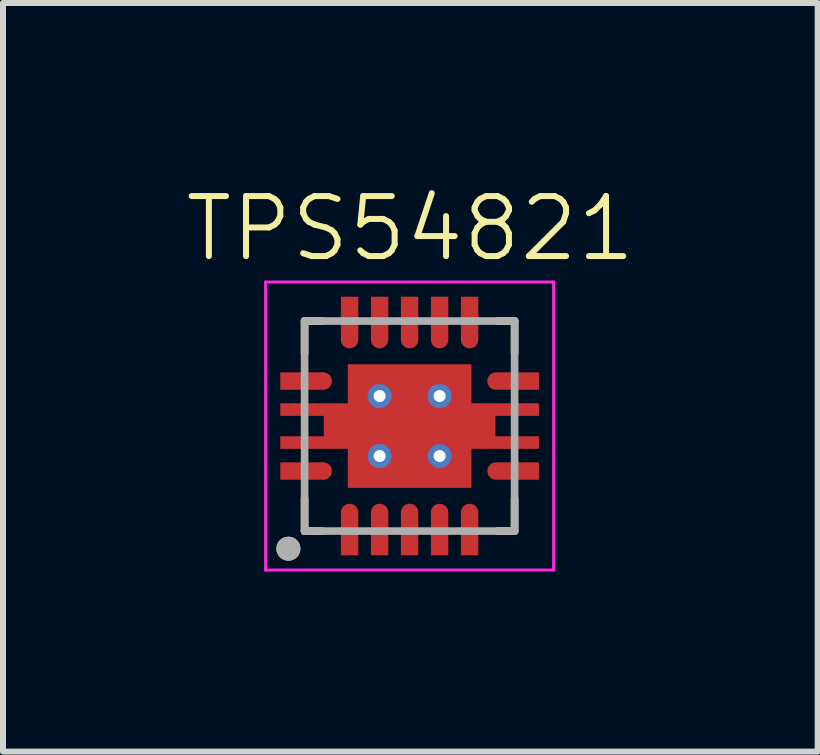
<source format=kicad_pcb>
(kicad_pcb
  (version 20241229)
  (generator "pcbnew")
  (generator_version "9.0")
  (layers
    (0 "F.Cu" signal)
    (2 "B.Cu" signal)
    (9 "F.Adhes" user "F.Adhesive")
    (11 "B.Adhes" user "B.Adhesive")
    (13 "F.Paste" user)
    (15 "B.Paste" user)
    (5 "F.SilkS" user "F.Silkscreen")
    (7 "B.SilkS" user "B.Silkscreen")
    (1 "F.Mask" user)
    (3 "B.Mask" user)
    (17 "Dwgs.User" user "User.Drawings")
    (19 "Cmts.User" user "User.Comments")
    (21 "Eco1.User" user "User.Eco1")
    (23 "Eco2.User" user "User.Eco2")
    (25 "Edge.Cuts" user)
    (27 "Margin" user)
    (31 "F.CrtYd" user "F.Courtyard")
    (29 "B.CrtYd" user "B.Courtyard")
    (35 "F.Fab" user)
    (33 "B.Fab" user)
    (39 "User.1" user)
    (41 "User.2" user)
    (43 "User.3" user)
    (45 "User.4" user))
  (footprint "TPS54821"
    (layer "F.Cu")
    (at 3.788 4.062)
    (property "Reference" "TPS54821" (at 0 -3.302 0) (unlocked yes) (layer "F.SilkS") (effects (font (size 1 1) (thickness 0.1))))
    (attr smd)
    (fp_poly (pts (xy -1.107 -1.107) (xy -1.107 -0.457) (xy -2.232 -0.457) (xy -2.232 -0.117) (xy -1.507 -0.117) (xy -1.507 0.093) (xy -2.232 0.093) (xy -2.232 0.433) (xy -1.107 0.433) (xy -1.107 1.083) (xy 1.083 1.083) (xy 1.083 0.433) (xy 2.208 0.433) (xy 2.208 0.093) (xy 1.483 0.093) (xy 1.483 -0.117) (xy 2.208 -0.117) (xy 2.208 -0.457) (xy 1.083 -0.457) (xy 1.083 -1.107)) (stroke (width 0.01) (type solid)) (fill yes) (layer "F.Mask"))
    (fp_poly (pts (xy -2.232 -0.972) (xy -1.452 -0.972) (xy -1.441 -0.972) (xy -1.43 -0.971) (xy -1.419 -0.969) (xy -1.408 -0.967) (xy -1.398 -0.965) (xy -1.387 -0.962) (xy -1.377 -0.958) (xy -1.367 -0.954) (xy -1.357 -0.949) (xy -1.347 -0.944) (xy -1.338 -0.938) (xy -1.329 -0.932) (xy -1.32 -0.925) (xy -1.311 -0.918) (xy -1.304 -0.91) (xy -1.296 -0.903) (xy -1.289 -0.894) (xy -1.282 -0.885) (xy -1.276 -0.876) (xy -1.27 -0.867) (xy -1.265 -0.857) (xy -1.26 -0.847) (xy -1.256 -0.837) (xy -1.252 -0.827) (xy -1.249 -0.816) (xy -1.247 -0.806) (xy -1.245 -0.795) (xy -1.243 -0.784) (xy -1.242 -0.773) (xy -1.242 -0.762) (xy -1.242 -0.751) (xy -1.243 -0.74) (xy -1.245 -0.729) (xy -1.247 -0.718) (xy -1.249 -0.708) (xy -1.252 -0.697) (xy -1.256 -0.687) (xy -1.26 -0.677) (xy -1.265 -0.667) (xy -1.27 -0.657) (xy -1.276 -0.648) (xy -1.282 -0.639) (xy -1.289 -0.63) (xy -1.296 -0.621) (xy -1.304 -0.614) (xy -1.311 -0.606) (xy -1.32 -0.599) (xy -1.329 -0.592) (xy -1.338 -0.586) (xy -1.347 -0.58) (xy -1.357 -0.575) (xy -1.367 -0.57) (xy -1.377 -0.566) (xy -1.387 -0.562) (xy -1.398 -0.559) (xy -1.408 -0.557) (xy -1.419 -0.555) (xy -1.43 -0.553) (xy -1.441 -0.552) (xy -1.452 -0.552) (xy -2.232 -0.552) (xy -2.232 -0.972)) (stroke (width 0.01) (type solid)) (fill yes) (layer "F.Mask"))
    (fp_poly (pts (xy -2.232 0.528) (xy -1.452 0.528) (xy -1.441 0.528) (xy -1.43 0.529) (xy -1.419 0.531) (xy -1.408 0.533) (xy -1.398 0.535) (xy -1.387 0.538) (xy -1.377 0.542) (xy -1.367 0.546) (xy -1.357 0.551) (xy -1.347 0.556) (xy -1.338 0.562) (xy -1.329 0.568) (xy -1.32 0.575) (xy -1.311 0.582) (xy -1.304 0.59) (xy -1.296 0.597) (xy -1.289 0.606) (xy -1.282 0.615) (xy -1.276 0.624) (xy -1.27 0.633) (xy -1.265 0.643) (xy -1.26 0.653) (xy -1.256 0.663) (xy -1.252 0.673) (xy -1.249 0.684) (xy -1.247 0.694) (xy -1.245 0.705) (xy -1.243 0.716) (xy -1.242 0.727) (xy -1.242 0.738) (xy -1.242 0.749) (xy -1.243 0.76) (xy -1.245 0.771) (xy -1.247 0.782) (xy -1.249 0.792) (xy -1.252 0.803) (xy -1.256 0.813) (xy -1.26 0.823) (xy -1.265 0.833) (xy -1.27 0.843) (xy -1.276 0.852) (xy -1.282 0.861) (xy -1.289 0.87) (xy -1.296 0.879) (xy -1.304 0.886) (xy -1.311 0.894) (xy -1.32 0.901) (xy -1.329 0.908) (xy -1.338 0.914) (xy -1.347 0.92) (xy -1.357 0.925) (xy -1.367 0.93) (xy -1.377 0.934) (xy -1.387 0.938) (xy -1.398 0.941) (xy -1.408 0.943) (xy -1.419 0.945) (xy -1.43 0.947) (xy -1.441 0.948) (xy -1.452 0.948) (xy -2.232 0.948) (xy -2.232 0.528)) (stroke (width 0.01) (type solid)) (fill yes) (layer "F.Mask"))
    (fp_poly (pts (xy -1.222 2.208) (xy -1.222 1.428) (xy -1.222 1.417) (xy -1.221 1.406) (xy -1.219 1.395) (xy -1.217 1.384) (xy -1.215 1.374) (xy -1.212 1.363) (xy -1.208 1.353) (xy -1.204 1.343) (xy -1.199 1.333) (xy -1.194 1.323) (xy -1.188 1.314) (xy -1.182 1.305) (xy -1.175 1.296) (xy -1.168 1.287) (xy -1.16 1.28) (xy -1.153 1.272) (xy -1.144 1.265) (xy -1.135 1.258) (xy -1.126 1.252) (xy -1.117 1.246) (xy -1.107 1.241) (xy -1.097 1.236) (xy -1.087 1.232) (xy -1.077 1.228) (xy -1.066 1.225) (xy -1.056 1.223) (xy -1.045 1.221) (xy -1.034 1.219) (xy -1.023 1.218) (xy -1.012 1.218) (xy -1.001 1.218) (xy -0.99 1.219) (xy -0.979 1.221) (xy -0.968 1.223) (xy -0.958 1.225) (xy -0.947 1.228) (xy -0.937 1.232) (xy -0.927 1.236) (xy -0.917 1.241) (xy -0.907 1.246) (xy -0.898 1.252) (xy -0.889 1.258) (xy -0.88 1.265) (xy -0.871 1.272) (xy -0.864 1.28) (xy -0.856 1.287) (xy -0.849 1.296) (xy -0.842 1.305) (xy -0.836 1.314) (xy -0.83 1.323) (xy -0.825 1.333) (xy -0.82 1.343) (xy -0.816 1.353) (xy -0.812 1.363) (xy -0.809 1.374) (xy -0.807 1.384) (xy -0.805 1.395) (xy -0.803 1.406) (xy -0.802 1.417) (xy -0.802 1.428) (xy -0.802 2.208) (xy -1.222 2.208)) (stroke (width 0.01) (type solid)) (fill yes) (layer "F.Mask"))
    (fp_poly (pts (xy -0.802 -2.232) (xy -0.802 -1.452) (xy -0.802 -1.441) (xy -0.803 -1.43) (xy -0.805 -1.419) (xy -0.807 -1.408) (xy -0.809 -1.398) (xy -0.812 -1.387) (xy -0.816 -1.377) (xy -0.82 -1.367) (xy -0.825 -1.357) (xy -0.83 -1.347) (xy -0.836 -1.338) (xy -0.842 -1.329) (xy -0.849 -1.32) (xy -0.856 -1.311) (xy -0.864 -1.304) (xy -0.871 -1.296) (xy -0.88 -1.289) (xy -0.889 -1.282) (xy -0.898 -1.276) (xy -0.907 -1.27) (xy -0.917 -1.265) (xy -0.927 -1.26) (xy -0.937 -1.256) (xy -0.947 -1.252) (xy -0.958 -1.249) (xy -0.968 -1.247) (xy -0.979 -1.245) (xy -0.99 -1.243) (xy -1.001 -1.242) (xy -1.012 -1.242) (xy -1.023 -1.242) (xy -1.034 -1.243) (xy -1.045 -1.245) (xy -1.056 -1.247) (xy -1.066 -1.249) (xy -1.077 -1.252) (xy -1.087 -1.256) (xy -1.097 -1.26) (xy -1.107 -1.265) (xy -1.117 -1.27) (xy -1.126 -1.276) (xy -1.135 -1.282) (xy -1.144 -1.289) (xy -1.153 -1.296) (xy -1.16 -1.304) (xy -1.168 -1.311) (xy -1.175 -1.32) (xy -1.182 -1.329) (xy -1.188 -1.338) (xy -1.194 -1.347) (xy -1.199 -1.357) (xy -1.204 -1.367) (xy -1.208 -1.377) (xy -1.212 -1.387) (xy -1.215 -1.398) (xy -1.217 -1.408) (xy -1.219 -1.419) (xy -1.221 -1.43) (xy -1.222 -1.441) (xy -1.222 -1.452) (xy -1.222 -2.232) (xy -0.802 -2.232)) (stroke (width 0.01) (type solid)) (fill yes) (layer "F.Mask"))
    (fp_poly (pts (xy -0.722 2.208) (xy -0.722 1.428) (xy -0.722 1.417) (xy -0.721 1.406) (xy -0.719 1.395) (xy -0.717 1.384) (xy -0.715 1.374) (xy -0.712 1.363) (xy -0.708 1.353) (xy -0.704 1.343) (xy -0.699 1.333) (xy -0.694 1.323) (xy -0.688 1.314) (xy -0.682 1.305) (xy -0.675 1.296) (xy -0.668 1.287) (xy -0.66 1.28) (xy -0.653 1.272) (xy -0.644 1.265) (xy -0.635 1.258) (xy -0.626 1.252) (xy -0.617 1.246) (xy -0.607 1.241) (xy -0.597 1.236) (xy -0.587 1.232) (xy -0.577 1.228) (xy -0.566 1.225) (xy -0.556 1.223) (xy -0.545 1.221) (xy -0.534 1.219) (xy -0.523 1.218) (xy -0.512 1.218) (xy -0.501 1.218) (xy -0.49 1.219) (xy -0.479 1.221) (xy -0.468 1.223) (xy -0.458 1.225) (xy -0.447 1.228) (xy -0.437 1.232) (xy -0.427 1.236) (xy -0.417 1.241) (xy -0.407 1.246) (xy -0.398 1.252) (xy -0.389 1.258) (xy -0.38 1.265) (xy -0.371 1.272) (xy -0.364 1.28) (xy -0.356 1.287) (xy -0.349 1.296) (xy -0.342 1.305) (xy -0.336 1.314) (xy -0.33 1.323) (xy -0.325 1.333) (xy -0.32 1.343) (xy -0.316 1.353) (xy -0.312 1.363) (xy -0.309 1.374) (xy -0.307 1.384) (xy -0.305 1.395) (xy -0.303 1.406) (xy -0.302 1.417) (xy -0.302 1.428) (xy -0.302 2.208) (xy -0.722 2.208)) (stroke (width 0.01) (type solid)) (fill yes) (layer "F.Mask"))
    (fp_poly (pts (xy -0.302 -2.232) (xy -0.302 -1.452) (xy -0.302 -1.441) (xy -0.303 -1.43) (xy -0.305 -1.419) (xy -0.307 -1.408) (xy -0.309 -1.398) (xy -0.312 -1.387) (xy -0.316 -1.377) (xy -0.32 -1.367) (xy -0.325 -1.357) (xy -0.33 -1.347) (xy -0.336 -1.338) (xy -0.342 -1.329) (xy -0.349 -1.32) (xy -0.356 -1.311) (xy -0.364 -1.304) (xy -0.371 -1.296) (xy -0.38 -1.289) (xy -0.389 -1.282) (xy -0.398 -1.276) (xy -0.407 -1.27) (xy -0.417 -1.265) (xy -0.427 -1.26) (xy -0.437 -1.256) (xy -0.447 -1.252) (xy -0.458 -1.249) (xy -0.468 -1.247) (xy -0.479 -1.245) (xy -0.49 -1.243) (xy -0.501 -1.242) (xy -0.512 -1.242) (xy -0.523 -1.242) (xy -0.534 -1.243) (xy -0.545 -1.245) (xy -0.556 -1.247) (xy -0.566 -1.249) (xy -0.577 -1.252) (xy -0.587 -1.256) (xy -0.597 -1.26) (xy -0.607 -1.265) (xy -0.617 -1.27) (xy -0.626 -1.276) (xy -0.635 -1.282) (xy -0.644 -1.289) (xy -0.653 -1.296) (xy -0.66 -1.304) (xy -0.668 -1.311) (xy -0.675 -1.32) (xy -0.682 -1.329) (xy -0.688 -1.338) (xy -0.694 -1.347) (xy -0.699 -1.357) (xy -0.704 -1.367) (xy -0.708 -1.377) (xy -0.712 -1.387) (xy -0.715 -1.398) (xy -0.717 -1.408) (xy -0.719 -1.419) (xy -0.721 -1.43) (xy -0.722 -1.441) (xy -0.722 -1.452) (xy -0.722 -2.232) (xy -0.302 -2.232)) (stroke (width 0.01) (type solid)) (fill yes) (layer "F.Mask"))
    (fp_poly (pts (xy -0.222 2.208) (xy -0.222 1.428) (xy -0.222 1.417) (xy -0.221 1.406) (xy -0.219 1.395) (xy -0.217 1.384) (xy -0.215 1.374) (xy -0.212 1.363) (xy -0.208 1.353) (xy -0.204 1.343) (xy -0.199 1.333) (xy -0.194 1.323) (xy -0.188 1.314) (xy -0.182 1.305) (xy -0.175 1.296) (xy -0.168 1.287) (xy -0.16 1.28) (xy -0.153 1.272) (xy -0.144 1.265) (xy -0.135 1.258) (xy -0.126 1.252) (xy -0.117 1.246) (xy -0.107 1.241) (xy -0.097 1.236) (xy -0.087 1.232) (xy -0.077 1.228) (xy -0.066 1.225) (xy -0.056 1.223) (xy -0.045 1.221) (xy -0.034 1.219) (xy -0.023 1.218) (xy -0.012 1.218) (xy -0.001 1.218) (xy 0.01 1.219) (xy 0.021 1.221) (xy 0.032 1.223) (xy 0.042 1.225) (xy 0.053 1.228) (xy 0.063 1.232) (xy 0.073 1.236) (xy 0.083 1.241) (xy 0.093 1.246) (xy 0.102 1.252) (xy 0.111 1.258) (xy 0.12 1.265) (xy 0.129 1.272) (xy 0.136 1.28) (xy 0.144 1.287) (xy 0.151 1.296) (xy 0.158 1.305) (xy 0.164 1.314) (xy 0.17 1.323) (xy 0.175 1.333) (xy 0.18 1.343) (xy 0.184 1.353) (xy 0.188 1.363) (xy 0.191 1.374) (xy 0.193 1.384) (xy 0.195 1.395) (xy 0.197 1.406) (xy 0.198 1.417) (xy 0.198 1.428) (xy 0.198 2.208) (xy -0.222 2.208)) (stroke (width 0.01) (type solid)) (fill yes) (layer "F.Mask"))
    (fp_poly (pts (xy 0.198 -2.232) (xy 0.198 -1.452) (xy 0.198 -1.441) (xy 0.197 -1.43) (xy 0.195 -1.419) (xy 0.193 -1.408) (xy 0.191 -1.398) (xy 0.188 -1.387) (xy 0.184 -1.377) (xy 0.18 -1.367) (xy 0.175 -1.357) (xy 0.17 -1.347) (xy 0.164 -1.338) (xy 0.158 -1.329) (xy 0.151 -1.32) (xy 0.144 -1.311) (xy 0.136 -1.304) (xy 0.129 -1.296) (xy 0.12 -1.289) (xy 0.111 -1.282) (xy 0.102 -1.276) (xy 0.093 -1.27) (xy 0.083 -1.265) (xy 0.073 -1.26) (xy 0.063 -1.256) (xy 0.053 -1.252) (xy 0.042 -1.249) (xy 0.032 -1.247) (xy 0.021 -1.245) (xy 0.01 -1.243) (xy -0.001 -1.242) (xy -0.012 -1.242) (xy -0.023 -1.242) (xy -0.034 -1.243) (xy -0.045 -1.245) (xy -0.056 -1.247) (xy -0.066 -1.249) (xy -0.077 -1.252) (xy -0.087 -1.256) (xy -0.097 -1.26) (xy -0.107 -1.265) (xy -0.117 -1.27) (xy -0.126 -1.276) (xy -0.135 -1.282) (xy -0.144 -1.289) (xy -0.153 -1.296) (xy -0.16 -1.304) (xy -0.168 -1.311) (xy -0.175 -1.32) (xy -0.182 -1.329) (xy -0.188 -1.338) (xy -0.194 -1.347) (xy -0.199 -1.357) (xy -0.204 -1.367) (xy -0.208 -1.377) (xy -0.212 -1.387) (xy -0.215 -1.398) (xy -0.217 -1.408) (xy -0.219 -1.419) (xy -0.221 -1.43) (xy -0.222 -1.441) (xy -0.222 -1.452) (xy -0.222 -2.232) (xy 0.198 -2.232)) (stroke (width 0.01) (type solid)) (fill yes) (layer "F.Mask"))
    (fp_poly (pts (xy 0.278 2.208) (xy 0.278 1.428) (xy 0.278 1.417) (xy 0.279 1.406) (xy 0.281 1.395) (xy 0.283 1.384) (xy 0.285 1.374) (xy 0.288 1.363) (xy 0.292 1.353) (xy 0.296 1.343) (xy 0.301 1.333) (xy 0.306 1.323) (xy 0.312 1.314) (xy 0.318 1.305) (xy 0.325 1.296) (xy 0.332 1.287) (xy 0.34 1.28) (xy 0.347 1.272) (xy 0.356 1.265) (xy 0.365 1.258) (xy 0.374 1.252) (xy 0.383 1.246) (xy 0.393 1.241) (xy 0.403 1.236) (xy 0.413 1.232) (xy 0.423 1.228) (xy 0.434 1.225) (xy 0.444 1.223) (xy 0.455 1.221) (xy 0.466 1.219) (xy 0.477 1.218) (xy 0.488 1.218) (xy 0.499 1.218) (xy 0.51 1.219) (xy 0.521 1.221) (xy 0.532 1.223) (xy 0.542 1.225) (xy 0.553 1.228) (xy 0.563 1.232) (xy 0.573 1.236) (xy 0.583 1.241) (xy 0.593 1.246) (xy 0.602 1.252) (xy 0.611 1.258) (xy 0.62 1.265) (xy 0.629 1.272) (xy 0.636 1.28) (xy 0.644 1.287) (xy 0.651 1.296) (xy 0.658 1.305) (xy 0.664 1.314) (xy 0.67 1.323) (xy 0.675 1.333) (xy 0.68 1.343) (xy 0.684 1.353) (xy 0.688 1.363) (xy 0.691 1.374) (xy 0.693 1.384) (xy 0.695 1.395) (xy 0.697 1.406) (xy 0.698 1.417) (xy 0.698 1.428) (xy 0.698 2.208) (xy 0.278 2.208)) (stroke (width 0.01) (type solid)) (fill yes) (layer "F.Mask"))
    (fp_poly (pts (xy 0.698 -2.232) (xy 0.698 -1.452) (xy 0.698 -1.441) (xy 0.697 -1.43) (xy 0.695 -1.419) (xy 0.693 -1.408) (xy 0.691 -1.398) (xy 0.688 -1.387) (xy 0.684 -1.377) (xy 0.68 -1.367) (xy 0.675 -1.357) (xy 0.67 -1.347) (xy 0.664 -1.338) (xy 0.658 -1.329) (xy 0.651 -1.32) (xy 0.644 -1.311) (xy 0.636 -1.304) (xy 0.629 -1.296) (xy 0.62 -1.289) (xy 0.611 -1.282) (xy 0.602 -1.276) (xy 0.593 -1.27) (xy 0.583 -1.265) (xy 0.573 -1.26) (xy 0.563 -1.256) (xy 0.553 -1.252) (xy 0.542 -1.249) (xy 0.532 -1.247) (xy 0.521 -1.245) (xy 0.51 -1.243) (xy 0.499 -1.242) (xy 0.488 -1.242) (xy 0.477 -1.242) (xy 0.466 -1.243) (xy 0.455 -1.245) (xy 0.444 -1.247) (xy 0.434 -1.249) (xy 0.423 -1.252) (xy 0.413 -1.256) (xy 0.403 -1.26) (xy 0.393 -1.265) (xy 0.383 -1.27) (xy 0.374 -1.276) (xy 0.365 -1.282) (xy 0.356 -1.289) (xy 0.347 -1.296) (xy 0.34 -1.304) (xy 0.332 -1.311) (xy 0.325 -1.32) (xy 0.318 -1.329) (xy 0.312 -1.338) (xy 0.306 -1.347) (xy 0.301 -1.357) (xy 0.296 -1.367) (xy 0.292 -1.377) (xy 0.288 -1.387) (xy 0.285 -1.398) (xy 0.283 -1.408) (xy 0.281 -1.419) (xy 0.279 -1.43) (xy 0.278 -1.441) (xy 0.278 -1.452) (xy 0.278 -2.232) (xy 0.698 -2.232)) (stroke (width 0.01) (type solid)) (fill yes) (layer "F.Mask"))
    (fp_poly (pts (xy 0.778 2.208) (xy 0.778 1.428) (xy 0.778 1.417) (xy 0.779 1.406) (xy 0.781 1.395) (xy 0.783 1.384) (xy 0.785 1.374) (xy 0.788 1.363) (xy 0.792 1.353) (xy 0.796 1.343) (xy 0.801 1.333) (xy 0.806 1.323) (xy 0.812 1.314) (xy 0.818 1.305) (xy 0.825 1.296) (xy 0.832 1.287) (xy 0.84 1.28) (xy 0.847 1.272) (xy 0.856 1.265) (xy 0.865 1.258) (xy 0.874 1.252) (xy 0.883 1.246) (xy 0.893 1.241) (xy 0.903 1.236) (xy 0.913 1.232) (xy 0.923 1.228) (xy 0.934 1.225) (xy 0.944 1.223) (xy 0.955 1.221) (xy 0.966 1.219) (xy 0.977 1.218) (xy 0.988 1.218) (xy 0.999 1.218) (xy 1.01 1.219) (xy 1.021 1.221) (xy 1.032 1.223) (xy 1.042 1.225) (xy 1.053 1.228) (xy 1.063 1.232) (xy 1.073 1.236) (xy 1.083 1.241) (xy 1.093 1.246) (xy 1.102 1.252) (xy 1.111 1.258) (xy 1.12 1.265) (xy 1.129 1.272) (xy 1.136 1.28) (xy 1.144 1.287) (xy 1.151 1.296) (xy 1.158 1.305) (xy 1.164 1.314) (xy 1.17 1.323) (xy 1.175 1.333) (xy 1.18 1.343) (xy 1.184 1.353) (xy 1.188 1.363) (xy 1.191 1.374) (xy 1.193 1.384) (xy 1.195 1.395) (xy 1.197 1.406) (xy 1.198 1.417) (xy 1.198 1.428) (xy 1.198 2.208) (xy 0.778 2.208)) (stroke (width 0.01) (type solid)) (fill yes) (layer "F.Mask"))
    (fp_poly (pts (xy 1.198 -2.232) (xy 1.198 -1.452) (xy 1.198 -1.441) (xy 1.197 -1.43) (xy 1.195 -1.419) (xy 1.193 -1.408) (xy 1.191 -1.398) (xy 1.188 -1.387) (xy 1.184 -1.377) (xy 1.18 -1.367) (xy 1.175 -1.357) (xy 1.17 -1.347) (xy 1.164 -1.338) (xy 1.158 -1.329) (xy 1.151 -1.32) (xy 1.144 -1.311) (xy 1.136 -1.304) (xy 1.129 -1.296) (xy 1.12 -1.289) (xy 1.111 -1.282) (xy 1.102 -1.276) (xy 1.093 -1.27) (xy 1.083 -1.265) (xy 1.073 -1.26) (xy 1.063 -1.256) (xy 1.053 -1.252) (xy 1.042 -1.249) (xy 1.032 -1.247) (xy 1.021 -1.245) (xy 1.01 -1.243) (xy 0.999 -1.242) (xy 0.988 -1.242) (xy 0.977 -1.242) (xy 0.966 -1.243) (xy 0.955 -1.245) (xy 0.944 -1.247) (xy 0.934 -1.249) (xy 0.923 -1.252) (xy 0.913 -1.256) (xy 0.903 -1.26) (xy 0.893 -1.265) (xy 0.883 -1.27) (xy 0.874 -1.276) (xy 0.865 -1.282) (xy 0.856 -1.289) (xy 0.847 -1.296) (xy 0.84 -1.304) (xy 0.832 -1.311) (xy 0.825 -1.32) (xy 0.818 -1.329) (xy 0.812 -1.338) (xy 0.806 -1.347) (xy 0.801 -1.357) (xy 0.796 -1.367) (xy 0.792 -1.377) (xy 0.788 -1.387) (xy 0.785 -1.398) (xy 0.783 -1.408) (xy 0.781 -1.419) (xy 0.779 -1.43) (xy 0.778 -1.441) (xy 0.778 -1.452) (xy 0.778 -2.232) (xy 1.198 -2.232)) (stroke (width 0.01) (type solid)) (fill yes) (layer "F.Mask"))
    (fp_poly (pts (xy 2.208 -0.552) (xy 1.428 -0.552) (xy 1.417 -0.552) (xy 1.406 -0.553) (xy 1.395 -0.555) (xy 1.384 -0.557) (xy 1.374 -0.559) (xy 1.363 -0.562) (xy 1.353 -0.566) (xy 1.343 -0.57) (xy 1.333 -0.575) (xy 1.323 -0.58) (xy 1.314 -0.586) (xy 1.305 -0.592) (xy 1.296 -0.599) (xy 1.287 -0.606) (xy 1.28 -0.614) (xy 1.272 -0.621) (xy 1.265 -0.63) (xy 1.258 -0.639) (xy 1.252 -0.648) (xy 1.246 -0.657) (xy 1.241 -0.667) (xy 1.236 -0.677) (xy 1.232 -0.687) (xy 1.228 -0.697) (xy 1.225 -0.708) (xy 1.223 -0.718) (xy 1.221 -0.729) (xy 1.219 -0.74) (xy 1.218 -0.751) (xy 1.218 -0.762) (xy 1.218 -0.773) (xy 1.219 -0.784) (xy 1.221 -0.795) (xy 1.223 -0.806) (xy 1.225 -0.816) (xy 1.228 -0.827) (xy 1.232 -0.837) (xy 1.236 -0.847) (xy 1.241 -0.857) (xy 1.246 -0.867) (xy 1.252 -0.876) (xy 1.258 -0.885) (xy 1.265 -0.894) (xy 1.272 -0.903) (xy 1.28 -0.91) (xy 1.287 -0.918) (xy 1.296 -0.925) (xy 1.305 -0.932) (xy 1.314 -0.938) (xy 1.323 -0.944) (xy 1.333 -0.949) (xy 1.343 -0.954) (xy 1.353 -0.958) (xy 1.363 -0.962) (xy 1.374 -0.965) (xy 1.384 -0.967) (xy 1.395 -0.969) (xy 1.406 -0.971) (xy 1.417 -0.972) (xy 1.428 -0.972) (xy 2.208 -0.972) (xy 2.208 -0.552)) (stroke (width 0.01) (type solid)) (fill yes) (layer "F.Mask"))
    (fp_poly (pts (xy 2.208 0.948) (xy 1.428 0.948) (xy 1.417 0.948) (xy 1.406 0.947) (xy 1.395 0.945) (xy 1.384 0.943) (xy 1.374 0.941) (xy 1.363 0.938) (xy 1.353 0.934) (xy 1.343 0.93) (xy 1.333 0.925) (xy 1.323 0.92) (xy 1.314 0.914) (xy 1.305 0.908) (xy 1.296 0.901) (xy 1.287 0.894) (xy 1.28 0.886) (xy 1.272 0.879) (xy 1.265 0.87) (xy 1.258 0.861) (xy 1.252 0.852) (xy 1.246 0.843) (xy 1.241 0.833) (xy 1.236 0.823) (xy 1.232 0.813) (xy 1.228 0.803) (xy 1.225 0.792) (xy 1.223 0.782) (xy 1.221 0.771) (xy 1.219 0.76) (xy 1.218 0.749) (xy 1.218 0.738) (xy 1.218 0.727) (xy 1.219 0.716) (xy 1.221 0.705) (xy 1.223 0.694) (xy 1.225 0.684) (xy 1.228 0.673) (xy 1.232 0.663) (xy 1.236 0.653) (xy 1.241 0.643) (xy 1.246 0.633) (xy 1.252 0.624) (xy 1.258 0.615) (xy 1.265 0.606) (xy 1.272 0.597) (xy 1.28 0.59) (xy 1.287 0.582) (xy 1.296 0.575) (xy 1.305 0.568) (xy 1.314 0.562) (xy 1.323 0.556) (xy 1.333 0.551) (xy 1.343 0.546) (xy 1.353 0.542) (xy 1.363 0.538) (xy 1.374 0.535) (xy 1.384 0.533) (xy 1.395 0.531) (xy 1.406 0.529) (xy 1.417 0.528) (xy 1.428 0.528) (xy 2.208 0.528) (xy 2.208 0.948)) (stroke (width 0.01) (type solid)) (fill yes) (layer "F.Mask"))
    (fp_line (start -1.762 -1.762) (end -1.762 -1.222) (stroke (width 0.127) (type solid)) (layer "F.SilkS"))
    (fp_line (start -1.762 -1.762) (end -1.472 -1.762) (stroke (width 0.127) (type solid)) (layer "F.SilkS"))
    (fp_line (start -1.762 1.738) (end -1.762 1.198) (stroke (width 0.127) (type solid)) (layer "F.SilkS"))
    (fp_line (start -1.762 1.738) (end -1.472 1.738) (stroke (width 0.127) (type solid)) (layer "F.SilkS"))
    (fp_line (start 1.738 -1.762) (end 1.448 -1.762) (stroke (width 0.127) (type solid)) (layer "F.SilkS"))
    (fp_line (start 1.738 -1.762) (end 1.738 -1.222) (stroke (width 0.127) (type solid)) (layer "F.SilkS"))
    (fp_line (start 1.738 1.738) (end 1.448 1.738) (stroke (width 0.127) (type solid)) (layer "F.SilkS"))
    (fp_line (start 1.738 1.738) (end 1.738 1.198) (stroke (width 0.127) (type solid)) (layer "F.SilkS"))
    (fp_circle (center -2.032 2.032) (end -1.932 2.032) (stroke (width 0.2) (type solid)) (fill no) (layer "F.SilkS"))
    (fp_poly (pts (xy -2.137 -0.387) (xy -1.237 -0.387) (xy -1.237 -0.187) (xy -2.137 -0.187)) (stroke (width 0.01) (type solid)) (fill yes) (layer "F.Paste"))
    (fp_poly (pts (xy -2.137 0.163) (xy -1.237 0.163) (xy -1.237 0.363) (xy -2.137 0.363)) (stroke (width 0.01) (type solid)) (fill yes) (layer "F.Paste"))
    (fp_poly (pts (xy -0.982 -0.982) (xy -0.162 -0.982) (xy -0.162 -0.162) (xy -0.982 -0.162)) (stroke (width 0.01) (type solid)) (fill yes) (layer "F.Paste"))
    (fp_poly (pts (xy -0.982 0.138) (xy -0.162 0.138) (xy -0.162 0.958) (xy -0.982 0.958)) (stroke (width 0.01) (type solid)) (fill yes) (layer "F.Paste"))
    (fp_poly (pts (xy 0.138 -0.982) (xy 0.958 -0.982) (xy 0.958 -0.162) (xy 0.138 -0.162)) (stroke (width 0.01) (type solid)) (fill yes) (layer "F.Paste"))
    (fp_poly (pts (xy 0.138 0.138) (xy 0.958 0.138) (xy 0.958 0.958) (xy 0.138 0.958)) (stroke (width 0.01) (type solid)) (fill yes) (layer "F.Paste"))
    (fp_poly (pts (xy 1.213 -0.387) (xy 2.113 -0.387) (xy 2.113 -0.187) (xy 1.213 -0.187)) (stroke (width 0.01) (type solid)) (fill yes) (layer "F.Paste"))
    (fp_poly (pts (xy 1.213 0.163) (xy 2.113 0.163) (xy 2.113 0.363) (xy 1.213 0.363)) (stroke (width 0.01) (type solid)) (fill yes) (layer "F.Paste"))
    (fp_poly (pts (xy -2.137 -0.877) (xy -1.452 -0.877) (xy -1.446 -0.877) (xy -1.44 -0.876) (xy -1.434 -0.876) (xy -1.428 -0.874) (xy -1.422 -0.873) (xy -1.416 -0.871) (xy -1.411 -0.869) (xy -1.405 -0.867) (xy -1.4 -0.864) (xy -1.394 -0.862) (xy -1.389 -0.858) (xy -1.384 -0.855) (xy -1.38 -0.851) (xy -1.375 -0.847) (xy -1.371 -0.843) (xy -1.367 -0.839) (xy -1.363 -0.834) (xy -1.359 -0.83) (xy -1.356 -0.825) (xy -1.352 -0.819) (xy -1.35 -0.814) (xy -1.347 -0.809) (xy -1.345 -0.803) (xy -1.343 -0.798) (xy -1.341 -0.792) (xy -1.34 -0.786) (xy -1.338 -0.78) (xy -1.338 -0.774) (xy -1.337 -0.768) (xy -1.337 -0.762) (xy -1.337 -0.756) (xy -1.338 -0.75) (xy -1.338 -0.744) (xy -1.34 -0.738) (xy -1.341 -0.732) (xy -1.343 -0.726) (xy -1.345 -0.721) (xy -1.347 -0.715) (xy -1.35 -0.71) (xy -1.352 -0.705) (xy -1.356 -0.699) (xy -1.359 -0.694) (xy -1.363 -0.69) (xy -1.367 -0.685) (xy -1.371 -0.681) (xy -1.375 -0.677) (xy -1.38 -0.673) (xy -1.384 -0.669) (xy -1.389 -0.666) (xy -1.394 -0.662) (xy -1.4 -0.66) (xy -1.405 -0.657) (xy -1.411 -0.655) (xy -1.416 -0.653) (xy -1.422 -0.651) (xy -1.428 -0.65) (xy -1.434 -0.648) (xy -1.44 -0.648) (xy -1.446 -0.647) (xy -1.452 -0.647) (xy -2.137 -0.647) (xy -2.137 -0.877)) (stroke (width 0.01) (type solid)) (fill yes) (layer "F.Paste"))
    (fp_poly (pts (xy -2.137 0.623) (xy -1.452 0.623) (xy -1.446 0.623) (xy -1.44 0.624) (xy -1.434 0.624) (xy -1.428 0.626) (xy -1.422 0.627) (xy -1.416 0.629) (xy -1.411 0.631) (xy -1.405 0.633) (xy -1.4 0.636) (xy -1.394 0.638) (xy -1.389 0.642) (xy -1.384 0.645) (xy -1.38 0.649) (xy -1.375 0.653) (xy -1.371 0.657) (xy -1.367 0.661) (xy -1.363 0.666) (xy -1.359 0.67) (xy -1.356 0.675) (xy -1.352 0.681) (xy -1.35 0.686) (xy -1.347 0.691) (xy -1.345 0.697) (xy -1.343 0.702) (xy -1.341 0.708) (xy -1.34 0.714) (xy -1.338 0.72) (xy -1.338 0.726) (xy -1.337 0.732) (xy -1.337 0.738) (xy -1.337 0.744) (xy -1.338 0.75) (xy -1.338 0.756) (xy -1.34 0.762) (xy -1.341 0.768) (xy -1.343 0.774) (xy -1.345 0.779) (xy -1.347 0.785) (xy -1.35 0.79) (xy -1.352 0.795) (xy -1.356 0.801) (xy -1.359 0.806) (xy -1.363 0.81) (xy -1.367 0.815) (xy -1.371 0.819) (xy -1.375 0.823) (xy -1.38 0.827) (xy -1.384 0.831) (xy -1.389 0.834) (xy -1.394 0.838) (xy -1.4 0.84) (xy -1.405 0.843) (xy -1.411 0.845) (xy -1.416 0.847) (xy -1.422 0.849) (xy -1.428 0.85) (xy -1.434 0.852) (xy -1.44 0.852) (xy -1.446 0.853) (xy -1.452 0.853) (xy -2.137 0.853) (xy -2.137 0.623)) (stroke (width 0.01) (type solid)) (fill yes) (layer "F.Paste"))
    (fp_poly (pts (xy -1.127 2.113) (xy -1.127 1.428) (xy -1.127 1.422) (xy -1.126 1.416) (xy -1.126 1.41) (xy -1.124 1.404) (xy -1.123 1.398) (xy -1.121 1.392) (xy -1.119 1.387) (xy -1.117 1.381) (xy -1.114 1.376) (xy -1.112 1.371) (xy -1.108 1.365) (xy -1.105 1.36) (xy -1.101 1.356) (xy -1.097 1.351) (xy -1.093 1.347) (xy -1.089 1.343) (xy -1.084 1.339) (xy -1.08 1.335) (xy -1.075 1.332) (xy -1.069 1.328) (xy -1.064 1.326) (xy -1.059 1.323) (xy -1.053 1.321) (xy -1.048 1.319) (xy -1.042 1.317) (xy -1.036 1.316) (xy -1.03 1.314) (xy -1.024 1.314) (xy -1.018 1.313) (xy -1.012 1.313) (xy -1.006 1.313) (xy -1 1.314) (xy -0.994 1.314) (xy -0.988 1.316) (xy -0.982 1.317) (xy -0.976 1.319) (xy -0.971 1.321) (xy -0.965 1.323) (xy -0.96 1.326) (xy -0.955 1.328) (xy -0.949 1.332) (xy -0.944 1.335) (xy -0.94 1.339) (xy -0.935 1.343) (xy -0.931 1.347) (xy -0.927 1.351) (xy -0.923 1.356) (xy -0.919 1.36) (xy -0.916 1.365) (xy -0.912 1.371) (xy -0.91 1.376) (xy -0.907 1.381) (xy -0.905 1.387) (xy -0.903 1.392) (xy -0.901 1.398) (xy -0.9 1.404) (xy -0.898 1.41) (xy -0.898 1.416) (xy -0.897 1.422) (xy -0.897 1.428) (xy -0.897 2.113) (xy -1.127 2.113)) (stroke (width 0.01) (type solid)) (fill yes) (layer "F.Paste"))
    (fp_poly (pts (xy -0.897 -2.137) (xy -0.897 -1.452) (xy -0.897 -1.446) (xy -0.898 -1.44) (xy -0.898 -1.434) (xy -0.9 -1.428) (xy -0.901 -1.422) (xy -0.903 -1.416) (xy -0.905 -1.411) (xy -0.907 -1.405) (xy -0.91 -1.4) (xy -0.912 -1.395) (xy -0.916 -1.389) (xy -0.919 -1.384) (xy -0.923 -1.38) (xy -0.927 -1.375) (xy -0.931 -1.371) (xy -0.935 -1.367) (xy -0.94 -1.363) (xy -0.944 -1.359) (xy -0.949 -1.356) (xy -0.955 -1.352) (xy -0.96 -1.35) (xy -0.965 -1.347) (xy -0.971 -1.345) (xy -0.976 -1.343) (xy -0.982 -1.341) (xy -0.988 -1.34) (xy -0.994 -1.338) (xy -1 -1.338) (xy -1.006 -1.337) (xy -1.012 -1.337) (xy -1.018 -1.337) (xy -1.024 -1.338) (xy -1.03 -1.338) (xy -1.036 -1.34) (xy -1.042 -1.341) (xy -1.048 -1.343) (xy -1.053 -1.345) (xy -1.059 -1.347) (xy -1.064 -1.35) (xy -1.07 -1.352) (xy -1.075 -1.356) (xy -1.08 -1.359) (xy -1.084 -1.363) (xy -1.089 -1.367) (xy -1.093 -1.371) (xy -1.097 -1.375) (xy -1.101 -1.38) (xy -1.105 -1.384) (xy -1.108 -1.389) (xy -1.112 -1.394) (xy -1.114 -1.4) (xy -1.117 -1.405) (xy -1.119 -1.411) (xy -1.121 -1.416) (xy -1.123 -1.422) (xy -1.124 -1.428) (xy -1.126 -1.434) (xy -1.126 -1.44) (xy -1.127 -1.446) (xy -1.127 -1.452) (xy -1.127 -2.137) (xy -0.897 -2.137)) (stroke (width 0.01) (type solid)) (fill yes) (layer "F.Paste"))
    (fp_poly (pts (xy -0.627 2.113) (xy -0.627 1.428) (xy -0.627 1.422) (xy -0.626 1.416) (xy -0.626 1.41) (xy -0.624 1.404) (xy -0.623 1.398) (xy -0.621 1.392) (xy -0.619 1.387) (xy -0.617 1.381) (xy -0.614 1.376) (xy -0.612 1.371) (xy -0.608 1.365) (xy -0.605 1.36) (xy -0.601 1.356) (xy -0.597 1.351) (xy -0.593 1.347) (xy -0.589 1.343) (xy -0.584 1.339) (xy -0.58 1.335) (xy -0.575 1.332) (xy -0.569 1.328) (xy -0.564 1.326) (xy -0.559 1.323) (xy -0.553 1.321) (xy -0.548 1.319) (xy -0.542 1.317) (xy -0.536 1.316) (xy -0.53 1.314) (xy -0.524 1.314) (xy -0.518 1.313) (xy -0.512 1.313) (xy -0.506 1.313) (xy -0.5 1.314) (xy -0.494 1.314) (xy -0.488 1.316) (xy -0.482 1.317) (xy -0.476 1.319) (xy -0.471 1.321) (xy -0.465 1.323) (xy -0.46 1.326) (xy -0.455 1.328) (xy -0.449 1.332) (xy -0.444 1.335) (xy -0.44 1.339) (xy -0.435 1.343) (xy -0.431 1.347) (xy -0.427 1.351) (xy -0.423 1.356) (xy -0.419 1.36) (xy -0.416 1.365) (xy -0.412 1.371) (xy -0.41 1.376) (xy -0.407 1.381) (xy -0.405 1.387) (xy -0.403 1.392) (xy -0.401 1.398) (xy -0.4 1.404) (xy -0.398 1.41) (xy -0.398 1.416) (xy -0.397 1.422) (xy -0.397 1.428) (xy -0.397 2.113) (xy -0.627 2.113)) (stroke (width 0.01) (type solid)) (fill yes) (layer "F.Paste"))
    (fp_poly (pts (xy -0.397 -2.137) (xy -0.397 -1.452) (xy -0.397 -1.446) (xy -0.398 -1.44) (xy -0.398 -1.434) (xy -0.4 -1.428) (xy -0.401 -1.422) (xy -0.403 -1.416) (xy -0.405 -1.411) (xy -0.407 -1.405) (xy -0.41 -1.4) (xy -0.412 -1.395) (xy -0.416 -1.389) (xy -0.419 -1.384) (xy -0.423 -1.38) (xy -0.427 -1.375) (xy -0.431 -1.371) (xy -0.435 -1.367) (xy -0.44 -1.363) (xy -0.444 -1.359) (xy -0.449 -1.356) (xy -0.455 -1.352) (xy -0.46 -1.35) (xy -0.465 -1.347) (xy -0.471 -1.345) (xy -0.476 -1.343) (xy -0.482 -1.341) (xy -0.488 -1.34) (xy -0.494 -1.338) (xy -0.5 -1.338) (xy -0.506 -1.337) (xy -0.512 -1.337) (xy -0.518 -1.337) (xy -0.524 -1.338) (xy -0.53 -1.338) (xy -0.536 -1.34) (xy -0.542 -1.341) (xy -0.548 -1.343) (xy -0.553 -1.345) (xy -0.559 -1.347) (xy -0.564 -1.35) (xy -0.569 -1.352) (xy -0.575 -1.356) (xy -0.58 -1.359) (xy -0.584 -1.363) (xy -0.589 -1.367) (xy -0.593 -1.371) (xy -0.597 -1.375) (xy -0.601 -1.38) (xy -0.605 -1.384) (xy -0.608 -1.389) (xy -0.612 -1.394) (xy -0.614 -1.4) (xy -0.617 -1.405) (xy -0.619 -1.411) (xy -0.621 -1.416) (xy -0.623 -1.422) (xy -0.624 -1.428) (xy -0.626 -1.434) (xy -0.626 -1.44) (xy -0.627 -1.446) (xy -0.627 -1.452) (xy -0.627 -2.137) (xy -0.397 -2.137)) (stroke (width 0.01) (type solid)) (fill yes) (layer "F.Paste"))
    (fp_poly (pts (xy -0.127 2.113) (xy -0.127 1.428) (xy -0.127 1.422) (xy -0.126 1.416) (xy -0.126 1.41) (xy -0.124 1.404) (xy -0.123 1.398) (xy -0.121 1.392) (xy -0.119 1.387) (xy -0.117 1.381) (xy -0.114 1.376) (xy -0.112 1.37) (xy -0.108 1.365) (xy -0.105 1.36) (xy -0.101 1.356) (xy -0.097 1.351) (xy -0.093 1.347) (xy -0.089 1.343) (xy -0.084 1.339) (xy -0.08 1.335) (xy -0.075 1.332) (xy -0.069 1.328) (xy -0.064 1.326) (xy -0.059 1.323) (xy -0.053 1.321) (xy -0.048 1.319) (xy -0.042 1.317) (xy -0.036 1.316) (xy -0.03 1.314) (xy -0.024 1.314) (xy -0.018 1.313) (xy -0.012 1.313) (xy -0.006 1.313) (xy -0.0004 1.314) (xy 0.006 1.314) (xy 0.012 1.316) (xy 0.018 1.317) (xy 0.024 1.319) (xy 0.029 1.321) (xy 0.035 1.323) (xy 0.04 1.326) (xy 0.046 1.328) (xy 0.051 1.332) (xy 0.056 1.335) (xy 0.06 1.339) (xy 0.065 1.343) (xy 0.069 1.347) (xy 0.073 1.351) (xy 0.077 1.356) (xy 0.081 1.36) (xy 0.084 1.365) (xy 0.088 1.37) (xy 0.09 1.376) (xy 0.093 1.381) (xy 0.095 1.387) (xy 0.097 1.392) (xy 0.099 1.398) (xy 0.1 1.404) (xy 0.102 1.41) (xy 0.102 1.416) (xy 0.103 1.422) (xy 0.103 1.428) (xy 0.103 2.113) (xy -0.127 2.113)) (stroke (width 0.01) (type solid)) (fill yes) (layer "F.Paste"))
    (fp_poly (pts (xy 0.103 -2.137) (xy 0.103 -1.452) (xy 0.103 -1.446) (xy 0.102 -1.44) (xy 0.102 -1.434) (xy 0.1 -1.428) (xy 0.099 -1.422) (xy 0.097 -1.416) (xy 0.095 -1.411) (xy 0.093 -1.405) (xy 0.09 -1.4) (xy 0.088 -1.394) (xy 0.084 -1.389) (xy 0.081 -1.384) (xy 0.077 -1.38) (xy 0.073 -1.375) (xy 0.069 -1.371) (xy 0.065 -1.367) (xy 0.06 -1.363) (xy 0.056 -1.359) (xy 0.051 -1.356) (xy 0.046 -1.352) (xy 0.04 -1.35) (xy 0.035 -1.347) (xy 0.029 -1.345) (xy 0.024 -1.343) (xy 0.018 -1.341) (xy 0.012 -1.34) (xy 0.006 -1.338) (xy -0.0004 -1.338) (xy -0.006 -1.337) (xy -0.012 -1.337) (xy -0.018 -1.337) (xy -0.024 -1.338) (xy -0.03 -1.338) (xy -0.036 -1.34) (xy -0.042 -1.341) (xy -0.048 -1.343) (xy -0.053 -1.345) (xy -0.059 -1.347) (xy -0.064 -1.35) (xy -0.07 -1.352) (xy -0.075 -1.356) (xy -0.08 -1.359) (xy -0.084 -1.363) (xy -0.089 -1.367) (xy -0.093 -1.371) (xy -0.097 -1.375) (xy -0.101 -1.38) (xy -0.105 -1.384) (xy -0.108 -1.389) (xy -0.112 -1.394) (xy -0.114 -1.4) (xy -0.117 -1.405) (xy -0.119 -1.411) (xy -0.121 -1.416) (xy -0.123 -1.422) (xy -0.124 -1.428) (xy -0.126 -1.434) (xy -0.126 -1.44) (xy -0.127 -1.446) (xy -0.127 -1.452) (xy -0.127 -2.137) (xy 0.103 -2.137)) (stroke (width 0.01) (type solid)) (fill yes) (layer "F.Paste"))
    (fp_poly (pts (xy 0.373 2.113) (xy 0.373 1.428) (xy 0.373 1.422) (xy 0.374 1.416) (xy 0.374 1.41) (xy 0.376 1.404) (xy 0.377 1.398) (xy 0.379 1.392) (xy 0.381 1.387) (xy 0.383 1.381) (xy 0.386 1.376) (xy 0.388 1.371) (xy 0.392 1.365) (xy 0.395 1.36) (xy 0.399 1.356) (xy 0.403 1.351) (xy 0.407 1.347) (xy 0.411 1.343) (xy 0.416 1.339) (xy 0.42 1.335) (xy 0.425 1.332) (xy 0.431 1.328) (xy 0.436 1.326) (xy 0.441 1.323) (xy 0.447 1.321) (xy 0.452 1.319) (xy 0.458 1.317) (xy 0.464 1.316) (xy 0.47 1.314) (xy 0.476 1.314) (xy 0.482 1.313) (xy 0.488 1.313) (xy 0.494 1.313) (xy 0.5 1.314) (xy 0.506 1.314) (xy 0.512 1.316) (xy 0.518 1.317) (xy 0.524 1.319) (xy 0.529 1.321) (xy 0.535 1.323) (xy 0.54 1.326) (xy 0.545 1.328) (xy 0.551 1.332) (xy 0.556 1.335) (xy 0.56 1.339) (xy 0.565 1.343) (xy 0.569 1.347) (xy 0.573 1.351) (xy 0.577 1.356) (xy 0.581 1.36) (xy 0.584 1.365) (xy 0.588 1.371) (xy 0.59 1.376) (xy 0.593 1.381) (xy 0.595 1.387) (xy 0.597 1.392) (xy 0.599 1.398) (xy 0.6 1.404) (xy 0.602 1.41) (xy 0.602 1.416) (xy 0.603 1.422) (xy 0.603 1.428) (xy 0.603 2.113) (xy 0.373 2.113)) (stroke (width 0.01) (type solid)) (fill yes) (layer "F.Paste"))
    (fp_poly (pts (xy 0.603 -2.137) (xy 0.603 -1.452) (xy 0.603 -1.446) (xy 0.602 -1.44) (xy 0.602 -1.434) (xy 0.6 -1.428) (xy 0.599 -1.422) (xy 0.597 -1.416) (xy 0.595 -1.411) (xy 0.593 -1.405) (xy 0.59 -1.4) (xy 0.588 -1.395) (xy 0.584 -1.389) (xy 0.581 -1.384) (xy 0.577 -1.38) (xy 0.573 -1.375) (xy 0.569 -1.371) (xy 0.565 -1.367) (xy 0.56 -1.363) (xy 0.556 -1.359) (xy 0.551 -1.356) (xy 0.545 -1.352) (xy 0.54 -1.35) (xy 0.535 -1.347) (xy 0.529 -1.345) (xy 0.524 -1.343) (xy 0.518 -1.341) (xy 0.512 -1.34) (xy 0.506 -1.338) (xy 0.5 -1.338) (xy 0.494 -1.337) (xy 0.488 -1.337) (xy 0.482 -1.337) (xy 0.476 -1.338) (xy 0.47 -1.338) (xy 0.464 -1.34) (xy 0.458 -1.341) (xy 0.452 -1.343) (xy 0.447 -1.345) (xy 0.441 -1.347) (xy 0.436 -1.35) (xy 0.43 -1.352) (xy 0.425 -1.356) (xy 0.42 -1.359) (xy 0.416 -1.363) (xy 0.411 -1.367) (xy 0.407 -1.371) (xy 0.403 -1.375) (xy 0.399 -1.38) (xy 0.395 -1.384) (xy 0.392 -1.389) (xy 0.388 -1.394) (xy 0.386 -1.4) (xy 0.383 -1.405) (xy 0.381 -1.411) (xy 0.379 -1.416) (xy 0.377 -1.422) (xy 0.376 -1.428) (xy 0.374 -1.434) (xy 0.374 -1.44) (xy 0.373 -1.446) (xy 0.373 -1.452) (xy 0.373 -2.137) (xy 0.603 -2.137)) (stroke (width 0.01) (type solid)) (fill yes) (layer "F.Paste"))
    (fp_poly (pts (xy 0.873 2.113) (xy 0.873 1.428) (xy 0.873 1.422) (xy 0.874 1.416) (xy 0.874 1.41) (xy 0.876 1.404) (xy 0.877 1.398) (xy 0.879 1.392) (xy 0.881 1.387) (xy 0.883 1.381) (xy 0.886 1.376) (xy 0.888 1.371) (xy 0.892 1.365) (xy 0.895 1.36) (xy 0.899 1.356) (xy 0.903 1.351) (xy 0.907 1.347) (xy 0.911 1.343) (xy 0.916 1.339) (xy 0.92 1.335) (xy 0.925 1.332) (xy 0.931 1.328) (xy 0.936 1.326) (xy 0.941 1.323) (xy 0.947 1.321) (xy 0.952 1.319) (xy 0.958 1.317) (xy 0.964 1.316) (xy 0.97 1.314) (xy 0.976 1.314) (xy 0.982 1.313) (xy 0.988 1.313) (xy 0.994 1.313) (xy 1 1.314) (xy 1.006 1.314) (xy 1.012 1.316) (xy 1.018 1.317) (xy 1.024 1.319) (xy 1.029 1.321) (xy 1.035 1.323) (xy 1.04 1.326) (xy 1.046 1.328) (xy 1.051 1.332) (xy 1.056 1.335) (xy 1.06 1.339) (xy 1.065 1.343) (xy 1.069 1.347) (xy 1.073 1.351) (xy 1.077 1.356) (xy 1.081 1.36) (xy 1.084 1.365) (xy 1.088 1.371) (xy 1.09 1.376) (xy 1.093 1.381) (xy 1.095 1.387) (xy 1.097 1.392) (xy 1.099 1.398) (xy 1.1 1.404) (xy 1.102 1.41) (xy 1.102 1.416) (xy 1.103 1.422) (xy 1.103 1.428) (xy 1.103 2.113) (xy 0.873 2.113)) (stroke (width 0.01) (type solid)) (fill yes) (layer "F.Paste"))
    (fp_poly (pts (xy 1.103 -2.137) (xy 1.103 -1.452) (xy 1.103 -1.446) (xy 1.102 -1.44) (xy 1.102 -1.434) (xy 1.1 -1.428) (xy 1.099 -1.422) (xy 1.097 -1.416) (xy 1.095 -1.411) (xy 1.093 -1.405) (xy 1.09 -1.4) (xy 1.088 -1.395) (xy 1.084 -1.389) (xy 1.081 -1.384) (xy 1.077 -1.38) (xy 1.073 -1.375) (xy 1.069 -1.371) (xy 1.065 -1.367) (xy 1.06 -1.363) (xy 1.056 -1.359) (xy 1.051 -1.356) (xy 1.046 -1.352) (xy 1.04 -1.35) (xy 1.035 -1.347) (xy 1.029 -1.345) (xy 1.024 -1.343) (xy 1.018 -1.341) (xy 1.012 -1.34) (xy 1.006 -1.338) (xy 1 -1.338) (xy 0.994 -1.337) (xy 0.988 -1.337) (xy 0.982 -1.337) (xy 0.976 -1.338) (xy 0.97 -1.338) (xy 0.964 -1.34) (xy 0.958 -1.341) (xy 0.952 -1.343) (xy 0.947 -1.345) (xy 0.941 -1.347) (xy 0.936 -1.35) (xy 0.931 -1.352) (xy 0.925 -1.356) (xy 0.92 -1.359) (xy 0.916 -1.363) (xy 0.911 -1.367) (xy 0.907 -1.371) (xy 0.903 -1.375) (xy 0.899 -1.38) (xy 0.895 -1.384) (xy 0.892 -1.389) (xy 0.888 -1.394) (xy 0.886 -1.4) (xy 0.883 -1.405) (xy 0.881 -1.411) (xy 0.879 -1.416) (xy 0.877 -1.422) (xy 0.876 -1.428) (xy 0.874 -1.434) (xy 0.874 -1.44) (xy 0.873 -1.446) (xy 0.873 -1.452) (xy 0.873 -2.137) (xy 1.103 -2.137)) (stroke (width 0.01) (type solid)) (fill yes) (layer "F.Paste"))
    (fp_poly (pts (xy 2.113 -0.647) (xy 1.428 -0.647) (xy 1.422 -0.647) (xy 1.416 -0.648) (xy 1.41 -0.648) (xy 1.404 -0.65) (xy 1.398 -0.651) (xy 1.392 -0.653) (xy 1.387 -0.655) (xy 1.381 -0.657) (xy 1.376 -0.66) (xy 1.37 -0.662) (xy 1.365 -0.666) (xy 1.36 -0.669) (xy 1.356 -0.673) (xy 1.351 -0.677) (xy 1.347 -0.681) (xy 1.343 -0.685) (xy 1.339 -0.69) (xy 1.335 -0.694) (xy 1.332 -0.699) (xy 1.328 -0.705) (xy 1.326 -0.71) (xy 1.323 -0.715) (xy 1.321 -0.721) (xy 1.319 -0.726) (xy 1.317 -0.732) (xy 1.316 -0.738) (xy 1.314 -0.744) (xy 1.314 -0.75) (xy 1.313 -0.756) (xy 1.313 -0.762) (xy 1.313 -0.768) (xy 1.314 -0.774) (xy 1.314 -0.78) (xy 1.316 -0.786) (xy 1.317 -0.792) (xy 1.319 -0.798) (xy 1.321 -0.803) (xy 1.323 -0.809) (xy 1.326 -0.814) (xy 1.328 -0.819) (xy 1.332 -0.825) (xy 1.335 -0.83) (xy 1.339 -0.834) (xy 1.343 -0.839) (xy 1.347 -0.843) (xy 1.351 -0.847) (xy 1.356 -0.851) (xy 1.36 -0.855) (xy 1.365 -0.858) (xy 1.371 -0.862) (xy 1.376 -0.864) (xy 1.381 -0.867) (xy 1.387 -0.869) (xy 1.392 -0.871) (xy 1.398 -0.873) (xy 1.404 -0.874) (xy 1.41 -0.876) (xy 1.416 -0.876) (xy 1.422 -0.877) (xy 1.428 -0.877) (xy 2.113 -0.877) (xy 2.113 -0.647)) (stroke (width 0.01) (type solid)) (fill yes) (layer "F.Paste"))
    (fp_poly (pts (xy 2.113 0.853) (xy 1.428 0.853) (xy 1.422 0.853) (xy 1.416 0.852) (xy 1.41 0.852) (xy 1.404 0.85) (xy 1.398 0.849) (xy 1.392 0.847) (xy 1.387 0.845) (xy 1.381 0.843) (xy 1.376 0.84) (xy 1.37 0.838) (xy 1.365 0.834) (xy 1.36 0.831) (xy 1.356 0.827) (xy 1.351 0.823) (xy 1.347 0.819) (xy 1.343 0.815) (xy 1.339 0.81) (xy 1.335 0.806) (xy 1.332 0.801) (xy 1.328 0.795) (xy 1.326 0.79) (xy 1.323 0.785) (xy 1.321 0.779) (xy 1.319 0.774) (xy 1.317 0.768) (xy 1.316 0.762) (xy 1.314 0.756) (xy 1.314 0.75) (xy 1.313 0.744) (xy 1.313 0.738) (xy 1.313 0.732) (xy 1.314 0.726) (xy 1.314 0.72) (xy 1.316 0.714) (xy 1.317 0.708) (xy 1.319 0.702) (xy 1.321 0.697) (xy 1.323 0.691) (xy 1.326 0.686) (xy 1.328 0.681) (xy 1.332 0.675) (xy 1.335 0.67) (xy 1.339 0.666) (xy 1.343 0.661) (xy 1.347 0.657) (xy 1.351 0.653) (xy 1.356 0.649) (xy 1.36 0.645) (xy 1.365 0.642) (xy 1.371 0.638) (xy 1.376 0.636) (xy 1.381 0.633) (xy 1.387 0.631) (xy 1.392 0.629) (xy 1.398 0.627) (xy 1.404 0.626) (xy 1.41 0.624) (xy 1.416 0.624) (xy 1.422 0.623) (xy 1.428 0.623) (xy 2.113 0.623) (xy 2.113 0.853)) (stroke (width 0.01) (type solid)) (fill yes) (layer "F.Paste"))
    (fp_line (start -2.412 -2.412) (end 2.388 -2.412) (stroke (width 0.05) (type solid)) (layer "F.CrtYd"))
    (fp_line (start -2.412 2.388) (end -2.412 -2.412) (stroke (width 0.05) (type solid)) (layer "F.CrtYd"))
    (fp_line (start -2.412 2.388) (end 2.388 2.388) (stroke (width 0.05) (type solid)) (layer "F.CrtYd"))
    (fp_line (start 2.388 2.388) (end 2.388 -2.412) (stroke (width 0.05) (type solid)) (layer "F.CrtYd"))
    (fp_line (start -1.762 1.738) (end -1.762 -1.762) (stroke (width 0.127) (type solid)) (layer "F.Fab"))
    (fp_line (start 1.738 -1.762) (end -1.762 -1.762) (stroke (width 0.127) (type solid)) (layer "F.Fab"))
    (fp_line (start 1.738 1.738) (end -1.762 1.738) (stroke (width 0.127) (type solid)) (layer "F.Fab"))
    (fp_line (start 1.738 1.738) (end 1.738 -1.762) (stroke (width 0.127) (type solid)) (layer "F.Fab"))
    (fp_circle (center -2.032 2.032) (end -1.932 2.032) (stroke (width 0.2) (type solid)) (fill no) (layer "F.Fab"))
    (pad "1" smd custom (at -1.737 0.738) (size 0.1 0.1) (layers "F.Cu") (options (anchor rect)) (primitives (gr_poly (pts (xy -0.425 -0.14) (xy 0.285 -0.14) (xy 0.292 -0.14) (xy 0.3 -0.139) (xy 0.307 -0.138) (xy 0.314 -0.137) (xy 0.321 -0.135) (xy 0.328 -0.133) (xy 0.335 -0.131) (xy 0.342 -0.128) (xy 0.349 -0.125) (xy 0.355 -0.121) (xy 0.361 -0.117) (xy 0.367 -0.113) (xy 0.373 -0.109) (xy 0.379 -0.104) (xy 0.384 -0.099) (xy 0.389 -0.094) (xy 0.394 -0.088) (xy 0.398 -0.082) (xy 0.402 -0.076) (xy 0.406 -0.07) (xy 0.41 -0.064) (xy 0.413 -0.057) (xy 0.416 -0.05) (xy 0.418 -0.043) (xy 0.42 -0.036) (xy 0.422 -0.029) (xy 0.423 -0.022) (xy 0.424 -0.015) (xy 0.425 -0.007) (xy 0.425 0) (xy 0.425 0.007) (xy 0.424 0.015) (xy 0.423 0.022) (xy 0.422 0.029) (xy 0.42 0.036) (xy 0.418 0.043) (xy 0.416 0.05) (xy 0.413 0.057) (xy 0.41 0.064) (xy 0.406 0.07) (xy 0.402 0.076) (xy 0.398 0.082) (xy 0.394 0.088) (xy 0.389 0.094) (xy 0.384 0.099) (xy 0.379 0.104) (xy 0.373 0.109) (xy 0.367 0.113) (xy 0.361 0.117) (xy 0.355 0.121) (xy 0.349 0.125) (xy 0.342 0.128) (xy 0.335 0.131) (xy 0.328 0.133) (xy 0.321 0.135) (xy 0.314 0.137) (xy 0.307 0.138) (xy 0.3 0.139) (xy 0.292 0.14) (xy 0.285 0.14) (xy -0.425 0.14) (xy -0.425 -0.14)) (width 0.01) (fill yes))))
    (pad "2" smd custom (at -1.012 1.713) (size 0.1 0.1) (layers "F.Cu") (options (anchor rect)) (primitives (gr_poly (pts (xy -0.14 0.425) (xy -0.14 -0.285) (xy -0.14 -0.292) (xy -0.139 -0.3) (xy -0.138 -0.307) (xy -0.137 -0.314) (xy -0.135 -0.321) (xy -0.133 -0.328) (xy -0.131 -0.335) (xy -0.128 -0.342) (xy -0.125 -0.349) (xy -0.121 -0.355) (xy -0.117 -0.361) (xy -0.113 -0.367) (xy -0.109 -0.373) (xy -0.104 -0.379) (xy -0.099 -0.384) (xy -0.094 -0.389) (xy -0.088 -0.394) (xy -0.082 -0.398) (xy -0.076 -0.402) (xy -0.07 -0.406) (xy -0.064 -0.41) (xy -0.057 -0.413) (xy -0.05 -0.416) (xy -0.043 -0.418) (xy -0.036 -0.42) (xy -0.029 -0.422) (xy -0.022 -0.423) (xy -0.015 -0.424) (xy -0.007 -0.425) (xy 0 -0.425) (xy 0.007 -0.425) (xy 0.015 -0.424) (xy 0.022 -0.423) (xy 0.029 -0.422) (xy 0.036 -0.42) (xy 0.043 -0.418) (xy 0.05 -0.416) (xy 0.057 -0.413) (xy 0.064 -0.41) (xy 0.07 -0.406) (xy 0.076 -0.402) (xy 0.082 -0.398) (xy 0.088 -0.394) (xy 0.094 -0.389) (xy 0.099 -0.384) (xy 0.104 -0.379) (xy 0.109 -0.373) (xy 0.113 -0.367) (xy 0.117 -0.361) (xy 0.121 -0.355) (xy 0.125 -0.349) (xy 0.128 -0.342) (xy 0.131 -0.335) (xy 0.133 -0.328) (xy 0.135 -0.321) (xy 0.137 -0.314) (xy 0.138 -0.307) (xy 0.139 -0.3) (xy 0.14 -0.292) (xy 0.14 -0.285) (xy 0.14 0.425) (xy -0.14 0.425)) (width 0.01) (fill yes))))
    (pad "3" smd custom (at -0.512 1.713) (size 0.1 0.1) (layers "F.Cu") (options (anchor rect)) (primitives (gr_poly (pts (xy -0.14 0.425) (xy -0.14 -0.285) (xy -0.14 -0.292) (xy -0.139 -0.3) (xy -0.138 -0.307) (xy -0.137 -0.314) (xy -0.135 -0.321) (xy -0.133 -0.328) (xy -0.131 -0.335) (xy -0.128 -0.342) (xy -0.125 -0.349) (xy -0.121 -0.355) (xy -0.117 -0.361) (xy -0.113 -0.367) (xy -0.109 -0.373) (xy -0.104 -0.379) (xy -0.099 -0.384) (xy -0.094 -0.389) (xy -0.088 -0.394) (xy -0.082 -0.398) (xy -0.076 -0.402) (xy -0.07 -0.406) (xy -0.064 -0.41) (xy -0.057 -0.413) (xy -0.05 -0.416) (xy -0.043 -0.418) (xy -0.036 -0.42) (xy -0.029 -0.422) (xy -0.022 -0.423) (xy -0.015 -0.424) (xy -0.007 -0.425) (xy 0 -0.425) (xy 0.007 -0.425) (xy 0.015 -0.424) (xy 0.022 -0.423) (xy 0.029 -0.422) (xy 0.036 -0.42) (xy 0.043 -0.418) (xy 0.05 -0.416) (xy 0.057 -0.413) (xy 0.064 -0.41) (xy 0.07 -0.406) (xy 0.076 -0.402) (xy 0.082 -0.398) (xy 0.088 -0.394) (xy 0.094 -0.389) (xy 0.099 -0.384) (xy 0.104 -0.379) (xy 0.109 -0.373) (xy 0.113 -0.367) (xy 0.117 -0.361) (xy 0.121 -0.355) (xy 0.125 -0.349) (xy 0.128 -0.342) (xy 0.131 -0.335) (xy 0.133 -0.328) (xy 0.135 -0.321) (xy 0.137 -0.314) (xy 0.138 -0.307) (xy 0.139 -0.3) (xy 0.14 -0.292) (xy 0.14 -0.285) (xy 0.14 0.425) (xy -0.14 0.425)) (width 0.01) (fill yes))))
    (pad "4" smd custom (at -0.012 1.713) (size 0.1 0.1) (layers "F.Cu") (options (anchor rect)) (primitives (gr_poly (pts (xy -0.14 0.425) (xy -0.14 -0.285) (xy -0.14 -0.292) (xy -0.139 -0.3) (xy -0.138 -0.307) (xy -0.137 -0.314) (xy -0.135 -0.321) (xy -0.133 -0.328) (xy -0.131 -0.335) (xy -0.128 -0.342) (xy -0.125 -0.349) (xy -0.121 -0.355) (xy -0.117 -0.361) (xy -0.113 -0.367) (xy -0.109 -0.373) (xy -0.104 -0.379) (xy -0.099 -0.384) (xy -0.094 -0.389) (xy -0.088 -0.394) (xy -0.082 -0.398) (xy -0.076 -0.402) (xy -0.07 -0.406) (xy -0.064 -0.41) (xy -0.057 -0.413) (xy -0.05 -0.416) (xy -0.043 -0.418) (xy -0.036 -0.42) (xy -0.029 -0.422) (xy -0.022 -0.423) (xy -0.015 -0.424) (xy -0.007 -0.425) (xy 0 -0.425) (xy 0.007 -0.425) (xy 0.015 -0.424) (xy 0.022 -0.423) (xy 0.029 -0.422) (xy 0.036 -0.42) (xy 0.043 -0.418) (xy 0.05 -0.416) (xy 0.057 -0.413) (xy 0.064 -0.41) (xy 0.07 -0.406) (xy 0.076 -0.402) (xy 0.082 -0.398) (xy 0.088 -0.394) (xy 0.094 -0.389) (xy 0.099 -0.384) (xy 0.104 -0.379) (xy 0.109 -0.373) (xy 0.113 -0.367) (xy 0.117 -0.361) (xy 0.121 -0.355) (xy 0.125 -0.349) (xy 0.128 -0.342) (xy 0.131 -0.335) (xy 0.133 -0.328) (xy 0.135 -0.321) (xy 0.137 -0.314) (xy 0.138 -0.307) (xy 0.139 -0.3) (xy 0.14 -0.292) (xy 0.14 -0.285) (xy 0.14 0.425) (xy -0.14 0.425)) (width 0.01) (fill yes))))
    (pad "5" smd custom (at 0.488 1.713) (size 0.1 0.1) (layers "F.Cu") (options (anchor rect)) (primitives (gr_poly (pts (xy -0.14 0.425) (xy -0.14 -0.285) (xy -0.14 -0.292) (xy -0.139 -0.3) (xy -0.138 -0.307) (xy -0.137 -0.314) (xy -0.135 -0.321) (xy -0.133 -0.328) (xy -0.131 -0.335) (xy -0.128 -0.342) (xy -0.125 -0.349) (xy -0.121 -0.355) (xy -0.117 -0.361) (xy -0.113 -0.367) (xy -0.109 -0.373) (xy -0.104 -0.379) (xy -0.099 -0.384) (xy -0.094 -0.389) (xy -0.088 -0.394) (xy -0.082 -0.398) (xy -0.076 -0.402) (xy -0.07 -0.406) (xy -0.064 -0.41) (xy -0.057 -0.413) (xy -0.05 -0.416) (xy -0.043 -0.418) (xy -0.036 -0.42) (xy -0.029 -0.422) (xy -0.022 -0.423) (xy -0.015 -0.424) (xy -0.007 -0.425) (xy 0 -0.425) (xy 0.007 -0.425) (xy 0.015 -0.424) (xy 0.022 -0.423) (xy 0.029 -0.422) (xy 0.036 -0.42) (xy 0.043 -0.418) (xy 0.05 -0.416) (xy 0.057 -0.413) (xy 0.064 -0.41) (xy 0.07 -0.406) (xy 0.076 -0.402) (xy 0.082 -0.398) (xy 0.088 -0.394) (xy 0.094 -0.389) (xy 0.099 -0.384) (xy 0.104 -0.379) (xy 0.109 -0.373) (xy 0.113 -0.367) (xy 0.117 -0.361) (xy 0.121 -0.355) (xy 0.125 -0.349) (xy 0.128 -0.342) (xy 0.131 -0.335) (xy 0.133 -0.328) (xy 0.135 -0.321) (xy 0.137 -0.314) (xy 0.138 -0.307) (xy 0.139 -0.3) (xy 0.14 -0.292) (xy 0.14 -0.285) (xy 0.14 0.425) (xy -0.14 0.425)) (width 0.01) (fill yes))))
    (pad "6" smd custom (at 0.988 1.713) (size 0.1 0.1) (layers "F.Cu") (options (anchor rect)) (primitives (gr_poly (pts (xy -0.14 0.425) (xy -0.14 -0.285) (xy -0.14 -0.292) (xy -0.139 -0.3) (xy -0.138 -0.307) (xy -0.137 -0.314) (xy -0.135 -0.321) (xy -0.133 -0.328) (xy -0.131 -0.335) (xy -0.128 -0.342) (xy -0.125 -0.349) (xy -0.121 -0.355) (xy -0.117 -0.361) (xy -0.113 -0.367) (xy -0.109 -0.373) (xy -0.104 -0.379) (xy -0.099 -0.384) (xy -0.094 -0.389) (xy -0.088 -0.394) (xy -0.082 -0.398) (xy -0.076 -0.402) (xy -0.07 -0.406) (xy -0.064 -0.41) (xy -0.057 -0.413) (xy -0.05 -0.416) (xy -0.043 -0.418) (xy -0.036 -0.42) (xy -0.029 -0.422) (xy -0.022 -0.423) (xy -0.015 -0.424) (xy -0.007 -0.425) (xy 0 -0.425) (xy 0.007 -0.425) (xy 0.015 -0.424) (xy 0.022 -0.423) (xy 0.029 -0.422) (xy 0.036 -0.42) (xy 0.043 -0.418) (xy 0.05 -0.416) (xy 0.057 -0.413) (xy 0.064 -0.41) (xy 0.07 -0.406) (xy 0.076 -0.402) (xy 0.082 -0.398) (xy 0.088 -0.394) (xy 0.094 -0.389) (xy 0.099 -0.384) (xy 0.104 -0.379) (xy 0.109 -0.373) (xy 0.113 -0.367) (xy 0.117 -0.361) (xy 0.121 -0.355) (xy 0.125 -0.349) (xy 0.128 -0.342) (xy 0.131 -0.335) (xy 0.133 -0.328) (xy 0.135 -0.321) (xy 0.137 -0.314) (xy 0.138 -0.307) (xy 0.139 -0.3) (xy 0.14 -0.292) (xy 0.14 -0.285) (xy 0.14 0.425) (xy -0.14 0.425)) (width 0.01) (fill yes))))
    (pad "7" smd custom (at 1.713 0.738) (size 0.1 0.1) (layers "F.Cu") (options (anchor rect)) (primitives (gr_poly (pts (xy 0.425 0.14) (xy -0.285 0.14) (xy -0.292 0.14) (xy -0.3 0.139) (xy -0.307 0.138) (xy -0.314 0.137) (xy -0.321 0.135) (xy -0.328 0.133) (xy -0.335 0.131) (xy -0.342 0.128) (xy -0.349 0.125) (xy -0.355 0.121) (xy -0.361 0.117) (xy -0.367 0.113) (xy -0.373 0.109) (xy -0.379 0.104) (xy -0.384 0.099) (xy -0.389 0.094) (xy -0.394 0.088) (xy -0.398 0.082) (xy -0.402 0.076) (xy -0.406 0.07) (xy -0.41 0.064) (xy -0.413 0.057) (xy -0.416 0.05) (xy -0.418 0.043) (xy -0.42 0.036) (xy -0.422 0.029) (xy -0.423 0.022) (xy -0.424 0.015) (xy -0.425 0.007) (xy -0.425 0) (xy -0.425 -0.007) (xy -0.424 -0.015) (xy -0.423 -0.022) (xy -0.422 -0.029) (xy -0.42 -0.036) (xy -0.418 -0.043) (xy -0.416 -0.05) (xy -0.413 -0.057) (xy -0.41 -0.064) (xy -0.406 -0.07) (xy -0.402 -0.076) (xy -0.398 -0.082) (xy -0.394 -0.088) (xy -0.389 -0.094) (xy -0.384 -0.099) (xy -0.379 -0.104) (xy -0.373 -0.109) (xy -0.367 -0.113) (xy -0.361 -0.117) (xy -0.355 -0.121) (xy -0.349 -0.125) (xy -0.342 -0.128) (xy -0.335 -0.131) (xy -0.328 -0.133) (xy -0.321 -0.135) (xy -0.314 -0.137) (xy -0.307 -0.138) (xy -0.3 -0.139) (xy -0.292 -0.14) (xy -0.285 -0.14) (xy 0.425 -0.14) (xy 0.425 0.14)) (width 0.01) (fill yes))))
    (pad "8" smd custom (at 1.713 -0.762) (size 0.1 0.1) (layers "F.Cu") (options (anchor rect)) (primitives (gr_poly (pts (xy 0.425 0.14) (xy -0.285 0.14) (xy -0.292 0.14) (xy -0.3 0.139) (xy -0.307 0.138) (xy -0.314 0.137) (xy -0.321 0.135) (xy -0.328 0.133) (xy -0.335 0.131) (xy -0.342 0.128) (xy -0.349 0.125) (xy -0.355 0.121) (xy -0.361 0.117) (xy -0.367 0.113) (xy -0.373 0.109) (xy -0.379 0.104) (xy -0.384 0.099) (xy -0.389 0.094) (xy -0.394 0.088) (xy -0.398 0.082) (xy -0.402 0.076) (xy -0.406 0.07) (xy -0.41 0.064) (xy -0.413 0.057) (xy -0.416 0.05) (xy -0.418 0.043) (xy -0.42 0.036) (xy -0.422 0.029) (xy -0.423 0.022) (xy -0.424 0.015) (xy -0.425 0.007) (xy -0.425 0) (xy -0.425 -0.007) (xy -0.424 -0.015) (xy -0.423 -0.022) (xy -0.422 -0.029) (xy -0.42 -0.036) (xy -0.418 -0.043) (xy -0.416 -0.05) (xy -0.413 -0.057) (xy -0.41 -0.064) (xy -0.406 -0.07) (xy -0.402 -0.076) (xy -0.398 -0.082) (xy -0.394 -0.088) (xy -0.389 -0.094) (xy -0.384 -0.099) (xy -0.379 -0.104) (xy -0.373 -0.109) (xy -0.367 -0.113) (xy -0.361 -0.117) (xy -0.355 -0.121) (xy -0.349 -0.125) (xy -0.342 -0.128) (xy -0.335 -0.131) (xy -0.328 -0.133) (xy -0.321 -0.135) (xy -0.314 -0.137) (xy -0.307 -0.138) (xy -0.3 -0.139) (xy -0.292 -0.14) (xy -0.285 -0.14) (xy 0.425 -0.14) (xy 0.425 0.14)) (width 0.01) (fill yes))))
    (pad "9" smd custom (at 0.988 -1.737) (size 0.1 0.1) (layers "F.Cu") (options (anchor rect)) (primitives (gr_poly (pts (xy 0.14 -0.425) (xy 0.14 0.285) (xy 0.14 0.292) (xy 0.139 0.3) (xy 0.138 0.307) (xy 0.137 0.314) (xy 0.135 0.321) (xy 0.133 0.328) (xy 0.131 0.335) (xy 0.128 0.342) (xy 0.125 0.349) (xy 0.121 0.355) (xy 0.117 0.361) (xy 0.113 0.367) (xy 0.109 0.373) (xy 0.104 0.379) (xy 0.099 0.384) (xy 0.094 0.389) (xy 0.088 0.394) (xy 0.082 0.398) (xy 0.076 0.402) (xy 0.07 0.406) (xy 0.064 0.41) (xy 0.057 0.413) (xy 0.05 0.416) (xy 0.043 0.418) (xy 0.036 0.42) (xy 0.029 0.422) (xy 0.022 0.423) (xy 0.015 0.424) (xy 0.007 0.425) (xy 0 0.425) (xy -0.007 0.425) (xy -0.015 0.424) (xy -0.022 0.423) (xy -0.029 0.422) (xy -0.036 0.42) (xy -0.043 0.418) (xy -0.05 0.416) (xy -0.057 0.413) (xy -0.064 0.41) (xy -0.07 0.406) (xy -0.076 0.402) (xy -0.082 0.398) (xy -0.088 0.394) (xy -0.094 0.389) (xy -0.099 0.384) (xy -0.104 0.379) (xy -0.109 0.373) (xy -0.113 0.367) (xy -0.117 0.361) (xy -0.121 0.355) (xy -0.125 0.349) (xy -0.128 0.342) (xy -0.131 0.335) (xy -0.133 0.328) (xy -0.135 0.321) (xy -0.137 0.314) (xy -0.138 0.307) (xy -0.139 0.3) (xy -0.14 0.292) (xy -0.14 0.285) (xy -0.14 -0.425) (xy 0.14 -0.425)) (width 0.01) (fill yes))))
    (pad "10" smd custom (at 0.488 -1.737) (size 0.1 0.1) (layers "F.Cu") (options (anchor rect)) (primitives (gr_poly (pts (xy 0.14 -0.425) (xy 0.14 0.285) (xy 0.14 0.292) (xy 0.139 0.3) (xy 0.138 0.307) (xy 0.137 0.314) (xy 0.135 0.321) (xy 0.133 0.328) (xy 0.131 0.335) (xy 0.128 0.342) (xy 0.125 0.349) (xy 0.121 0.355) (xy 0.117 0.361) (xy 0.113 0.367) (xy 0.109 0.373) (xy 0.104 0.379) (xy 0.099 0.384) (xy 0.094 0.389) (xy 0.088 0.394) (xy 0.082 0.398) (xy 0.076 0.402) (xy 0.07 0.406) (xy 0.064 0.41) (xy 0.057 0.413) (xy 0.05 0.416) (xy 0.043 0.418) (xy 0.036 0.42) (xy 0.029 0.422) (xy 0.022 0.423) (xy 0.015 0.424) (xy 0.007 0.425) (xy 0 0.425) (xy -0.007 0.425) (xy -0.015 0.424) (xy -0.022 0.423) (xy -0.029 0.422) (xy -0.036 0.42) (xy -0.043 0.418) (xy -0.05 0.416) (xy -0.057 0.413) (xy -0.064 0.41) (xy -0.07 0.406) (xy -0.076 0.402) (xy -0.082 0.398) (xy -0.088 0.394) (xy -0.094 0.389) (xy -0.099 0.384) (xy -0.104 0.379) (xy -0.109 0.373) (xy -0.113 0.367) (xy -0.117 0.361) (xy -0.121 0.355) (xy -0.125 0.349) (xy -0.128 0.342) (xy -0.131 0.335) (xy -0.133 0.328) (xy -0.135 0.321) (xy -0.137 0.314) (xy -0.138 0.307) (xy -0.139 0.3) (xy -0.14 0.292) (xy -0.14 0.285) (xy -0.14 -0.425) (xy 0.14 -0.425)) (width 0.01) (fill yes))))
    (pad "11" smd custom (at -0.012 -1.737) (size 0.1 0.1) (layers "F.Cu") (options (anchor rect)) (primitives (gr_poly (pts (xy 0.14 -0.425) (xy 0.14 0.285) (xy 0.14 0.292) (xy 0.139 0.3) (xy 0.138 0.307) (xy 0.137 0.314) (xy 0.135 0.321) (xy 0.133 0.328) (xy 0.131 0.335) (xy 0.128 0.342) (xy 0.125 0.349) (xy 0.121 0.355) (xy 0.117 0.361) (xy 0.113 0.367) (xy 0.109 0.373) (xy 0.104 0.379) (xy 0.099 0.384) (xy 0.094 0.389) (xy 0.088 0.394) (xy 0.082 0.398) (xy 0.076 0.402) (xy 0.07 0.406) (xy 0.064 0.41) (xy 0.057 0.413) (xy 0.05 0.416) (xy 0.043 0.418) (xy 0.036 0.42) (xy 0.029 0.422) (xy 0.022 0.423) (xy 0.015 0.424) (xy 0.007 0.425) (xy 0 0.425) (xy -0.007 0.425) (xy -0.015 0.424) (xy -0.022 0.423) (xy -0.029 0.422) (xy -0.036 0.42) (xy -0.043 0.418) (xy -0.05 0.416) (xy -0.057 0.413) (xy -0.064 0.41) (xy -0.07 0.406) (xy -0.076 0.402) (xy -0.082 0.398) (xy -0.088 0.394) (xy -0.094 0.389) (xy -0.099 0.384) (xy -0.104 0.379) (xy -0.109 0.373) (xy -0.113 0.367) (xy -0.117 0.361) (xy -0.121 0.355) (xy -0.125 0.349) (xy -0.128 0.342) (xy -0.131 0.335) (xy -0.133 0.328) (xy -0.135 0.321) (xy -0.137 0.314) (xy -0.138 0.307) (xy -0.139 0.3) (xy -0.14 0.292) (xy -0.14 0.285) (xy -0.14 -0.425) (xy 0.14 -0.425)) (width 0.01) (fill yes))))
    (pad "12" smd custom (at -0.512 -1.737) (size 0.1 0.1) (layers "F.Cu") (options (anchor rect)) (primitives (gr_poly (pts (xy 0.14 -0.425) (xy 0.14 0.285) (xy 0.14 0.292) (xy 0.139 0.3) (xy 0.138 0.307) (xy 0.137 0.314) (xy 0.135 0.321) (xy 0.133 0.328) (xy 0.131 0.335) (xy 0.128 0.342) (xy 0.125 0.349) (xy 0.121 0.355) (xy 0.117 0.361) (xy 0.113 0.367) (xy 0.109 0.373) (xy 0.104 0.379) (xy 0.099 0.384) (xy 0.094 0.389) (xy 0.088 0.394) (xy 0.082 0.398) (xy 0.076 0.402) (xy 0.07 0.406) (xy 0.064 0.41) (xy 0.057 0.413) (xy 0.05 0.416) (xy 0.043 0.418) (xy 0.036 0.42) (xy 0.029 0.422) (xy 0.022 0.423) (xy 0.015 0.424) (xy 0.007 0.425) (xy 0 0.425) (xy -0.007 0.425) (xy -0.015 0.424) (xy -0.022 0.423) (xy -0.029 0.422) (xy -0.036 0.42) (xy -0.043 0.418) (xy -0.05 0.416) (xy -0.057 0.413) (xy -0.064 0.41) (xy -0.07 0.406) (xy -0.076 0.402) (xy -0.082 0.398) (xy -0.088 0.394) (xy -0.094 0.389) (xy -0.099 0.384) (xy -0.104 0.379) (xy -0.109 0.373) (xy -0.113 0.367) (xy -0.117 0.361) (xy -0.121 0.355) (xy -0.125 0.349) (xy -0.128 0.342) (xy -0.131 0.335) (xy -0.133 0.328) (xy -0.135 0.321) (xy -0.137 0.314) (xy -0.138 0.307) (xy -0.139 0.3) (xy -0.14 0.292) (xy -0.14 0.285) (xy -0.14 -0.425) (xy 0.14 -0.425)) (width 0.01) (fill yes))))
    (pad "13" smd custom (at -1.012 -1.737) (size 0.1 0.1) (layers "F.Cu") (options (anchor rect)) (primitives (gr_poly (pts (xy 0.14 -0.425) (xy 0.14 0.285) (xy 0.14 0.292) (xy 0.139 0.3) (xy 0.138 0.307) (xy 0.137 0.314) (xy 0.135 0.321) (xy 0.133 0.328) (xy 0.131 0.335) (xy 0.128 0.342) (xy 0.125 0.349) (xy 0.121 0.355) (xy 0.117 0.361) (xy 0.113 0.367) (xy 0.109 0.373) (xy 0.104 0.379) (xy 0.099 0.384) (xy 0.094 0.389) (xy 0.088 0.394) (xy 0.082 0.398) (xy 0.076 0.402) (xy 0.07 0.406) (xy 0.064 0.41) (xy 0.057 0.413) (xy 0.05 0.416) (xy 0.043 0.418) (xy 0.036 0.42) (xy 0.029 0.422) (xy 0.022 0.423) (xy 0.015 0.424) (xy 0.007 0.425) (xy 0 0.425) (xy -0.007 0.425) (xy -0.015 0.424) (xy -0.022 0.423) (xy -0.029 0.422) (xy -0.036 0.42) (xy -0.043 0.418) (xy -0.05 0.416) (xy -0.057 0.413) (xy -0.064 0.41) (xy -0.07 0.406) (xy -0.076 0.402) (xy -0.082 0.398) (xy -0.088 0.394) (xy -0.094 0.389) (xy -0.099 0.384) (xy -0.104 0.379) (xy -0.109 0.373) (xy -0.113 0.367) (xy -0.117 0.361) (xy -0.121 0.355) (xy -0.125 0.349) (xy -0.128 0.342) (xy -0.131 0.335) (xy -0.133 0.328) (xy -0.135 0.321) (xy -0.137 0.314) (xy -0.138 0.307) (xy -0.139 0.3) (xy -0.14 0.292) (xy -0.14 0.285) (xy -0.14 -0.425) (xy 0.14 -0.425)) (width 0.01) (fill yes))))
    (pad "14" smd custom (at -1.737 -0.762) (size 0.1 0.1) (layers "F.Cu") (options (anchor rect)) (primitives (gr_poly (pts (xy -0.425 -0.14) (xy 0.285 -0.14) (xy 0.292 -0.14) (xy 0.3 -0.139) (xy 0.307 -0.138) (xy 0.314 -0.137) (xy 0.321 -0.135) (xy 0.328 -0.133) (xy 0.335 -0.131) (xy 0.342 -0.128) (xy 0.349 -0.125) (xy 0.355 -0.121) (xy 0.361 -0.117) (xy 0.367 -0.113) (xy 0.373 -0.109) (xy 0.379 -0.104) (xy 0.384 -0.099) (xy 0.389 -0.094) (xy 0.394 -0.088) (xy 0.398 -0.082) (xy 0.402 -0.076) (xy 0.406 -0.07) (xy 0.41 -0.064) (xy 0.413 -0.057) (xy 0.416 -0.05) (xy 0.418 -0.043) (xy 0.42 -0.036) (xy 0.422 -0.029) (xy 0.423 -0.022) (xy 0.424 -0.015) (xy 0.425 -0.007) (xy 0.425 0) (xy 0.425 0.007) (xy 0.424 0.015) (xy 0.423 0.022) (xy 0.422 0.029) (xy 0.42 0.036) (xy 0.418 0.043) (xy 0.416 0.05) (xy 0.413 0.057) (xy 0.41 0.064) (xy 0.406 0.07) (xy 0.402 0.076) (xy 0.398 0.082) (xy 0.394 0.088) (xy 0.389 0.094) (xy 0.384 0.099) (xy 0.379 0.104) (xy 0.373 0.109) (xy 0.367 0.113) (xy 0.361 0.117) (xy 0.355 0.121) (xy 0.349 0.125) (xy 0.342 0.128) (xy 0.335 0.131) (xy 0.328 0.133) (xy 0.321 0.135) (xy 0.314 0.137) (xy 0.307 0.138) (xy 0.3 0.139) (xy 0.292 0.14) (xy 0.285 0.14) (xy -0.425 0.14) (xy -0.425 -0.14)) (width 0.01) (fill yes))))
    (pad "15" smd custom (at -0.012 -0.012) (size 2.05 2.05) (layers "F.Cu") (options (anchor rect)) (primitives (gr_poly (pts (xy -1.025 -1.025) (xy -1.025 -0.375) (xy -2.15 -0.375) (xy -2.15 -0.175) (xy -1.425 -0.175) (xy -1.425 0.175) (xy -2.15 0.175) (xy -2.15 0.375) (xy -1.025 0.375) (xy -1.025 1.025) (xy 1.025 1.025) (xy 1.025 0.375) (xy 2.15 0.375) (xy 2.15 0.175) (xy 1.425 0.175) (xy 1.425 -0.175) (xy 2.15 -0.175) (xy 2.15 -0.375) (xy 1.025 -0.375) (xy 1.025 -1.025)) (width 0.01) (fill yes))))
    (pad "16" thru_hole circle (at -0.512 -0.512) (size 0.4 0.4) (drill 0.2) (layers "*.Cu"))
    (pad "17" thru_hole circle (at 0.488 -0.512) (size 0.4 0.4) (drill 0.2) (layers "*.Cu"))
    (pad "18" thru_hole circle (at -0.512 0.488) (size 0.4 0.4) (drill 0.2) (layers "*.Cu"))
    (pad "19" thru_hole circle (at 0.488 0.488) (size 0.4 0.4) (drill 0.2) (layers "*.Cu")))
  (gr_rect
    (start -3 -3)
    (end 10.576 9.475)
    (stroke (width 0.1) (type default))
    (fill no)
    (layer "Edge.Cuts")))
</source>
